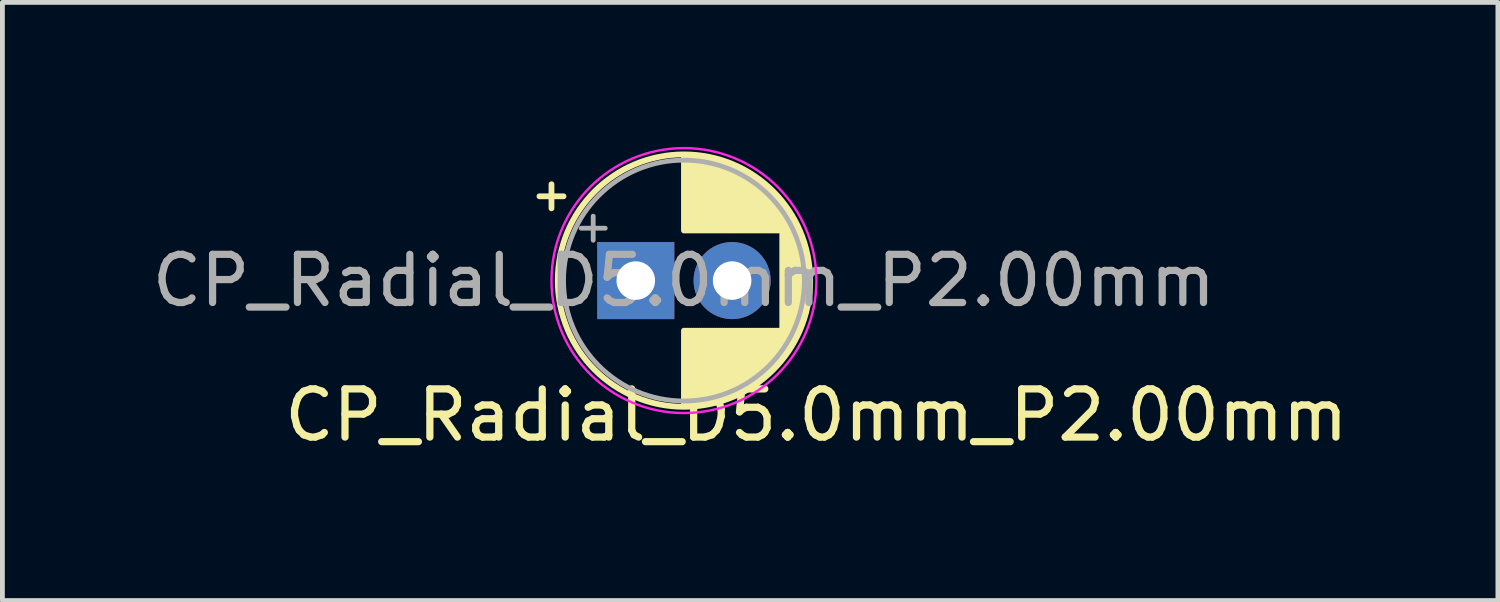
<source format=kicad_pcb>
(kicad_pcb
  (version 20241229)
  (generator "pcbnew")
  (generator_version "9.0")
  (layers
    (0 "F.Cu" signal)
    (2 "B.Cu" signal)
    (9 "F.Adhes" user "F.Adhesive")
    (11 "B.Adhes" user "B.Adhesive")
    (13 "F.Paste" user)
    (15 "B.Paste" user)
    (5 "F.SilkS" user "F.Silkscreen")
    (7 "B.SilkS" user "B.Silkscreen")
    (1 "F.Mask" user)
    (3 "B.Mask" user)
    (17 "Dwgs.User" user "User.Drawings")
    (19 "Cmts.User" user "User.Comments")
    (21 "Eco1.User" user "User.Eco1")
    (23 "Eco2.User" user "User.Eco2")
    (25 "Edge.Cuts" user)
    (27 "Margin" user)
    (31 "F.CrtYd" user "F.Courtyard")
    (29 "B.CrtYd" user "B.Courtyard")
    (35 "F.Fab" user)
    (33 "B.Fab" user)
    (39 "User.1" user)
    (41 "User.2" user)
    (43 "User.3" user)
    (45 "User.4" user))
  (footprint "CP_Radial_D5.0mm_P2.00mm"
    (layer "F.Cu")
    (at 10.149 2.775)
    (property "Reference" "CP_Radial_D5.0mm_P2.00mm" (at 3.749 2.794 180) (layer "F.SilkS") (effects (font (size 1 1) (thickness 0.15))))
    (attr through_hole)
    (fp_line (start -2 -1.75) (end -1.5 -1.75) (stroke (width 0.12) (type solid)) (layer "F.SilkS"))
    (fp_line (start -1.75 -2) (end -1.75 -1.5) (stroke (width 0.12) (type solid)) (layer "F.SilkS"))
    (fp_line (start 1 -2.58) (end 1 -1.04) (stroke (width 0.12) (type solid)) (layer "F.SilkS"))
    (fp_line (start 1 1.04) (end 1 2.58) (stroke (width 0.12) (type solid)) (layer "F.SilkS"))
    (fp_line (start 1.04 -2.58) (end 1.04 -1.04) (stroke (width 0.12) (type solid)) (layer "F.SilkS"))
    (fp_line (start 1.04 1.04) (end 1.04 2.58) (stroke (width 0.12) (type solid)) (layer "F.SilkS"))
    (fp_line (start 1.08 -2.579) (end 1.08 -1.04) (stroke (width 0.12) (type solid)) (layer "F.SilkS"))
    (fp_line (start 1.08 1.04) (end 1.08 2.579) (stroke (width 0.12) (type solid)) (layer "F.SilkS"))
    (fp_line (start 1.12 -2.578) (end 1.12 -1.04) (stroke (width 0.12) (type solid)) (layer "F.SilkS"))
    (fp_line (start 1.12 1.04) (end 1.12 2.578) (stroke (width 0.12) (type solid)) (layer "F.SilkS"))
    (fp_line (start 1.16 -2.576) (end 1.16 -1.04) (stroke (width 0.12) (type solid)) (layer "F.SilkS"))
    (fp_line (start 1.16 1.04) (end 1.16 2.576) (stroke (width 0.12) (type solid)) (layer "F.SilkS"))
    (fp_line (start 1.2 -2.573) (end 1.2 -1.04) (stroke (width 0.12) (type solid)) (layer "F.SilkS"))
    (fp_line (start 1.2 1.04) (end 1.2 2.573) (stroke (width 0.12) (type solid)) (layer "F.SilkS"))
    (fp_line (start 1.24 -2.569) (end 1.24 -1.04) (stroke (width 0.12) (type solid)) (layer "F.SilkS"))
    (fp_line (start 1.24 1.04) (end 1.24 2.569) (stroke (width 0.12) (type solid)) (layer "F.SilkS"))
    (fp_line (start 1.28 -2.565) (end 1.28 -1.04) (stroke (width 0.12) (type solid)) (layer "F.SilkS"))
    (fp_line (start 1.28 1.04) (end 1.28 2.565) (stroke (width 0.12) (type solid)) (layer "F.SilkS"))
    (fp_line (start 1.32 -2.561) (end 1.32 -1.04) (stroke (width 0.12) (type solid)) (layer "F.SilkS"))
    (fp_line (start 1.32 1.04) (end 1.32 2.561) (stroke (width 0.12) (type solid)) (layer "F.SilkS"))
    (fp_line (start 1.36 -2.556) (end 1.36 -1.04) (stroke (width 0.12) (type solid)) (layer "F.SilkS"))
    (fp_line (start 1.36 1.04) (end 1.36 2.556) (stroke (width 0.12) (type solid)) (layer "F.SilkS"))
    (fp_line (start 1.4 -2.55) (end 1.4 -1.04) (stroke (width 0.12) (type solid)) (layer "F.SilkS"))
    (fp_line (start 1.4 1.04) (end 1.4 2.55) (stroke (width 0.12) (type solid)) (layer "F.SilkS"))
    (fp_line (start 1.44 -2.543) (end 1.44 -1.04) (stroke (width 0.12) (type solid)) (layer "F.SilkS"))
    (fp_line (start 1.44 1.04) (end 1.44 2.543) (stroke (width 0.12) (type solid)) (layer "F.SilkS"))
    (fp_line (start 1.48 -2.536) (end 1.48 -1.04) (stroke (width 0.12) (type solid)) (layer "F.SilkS"))
    (fp_line (start 1.48 1.04) (end 1.48 2.536) (stroke (width 0.12) (type solid)) (layer "F.SilkS"))
    (fp_line (start 1.52 -2.528) (end 1.52 -1.04) (stroke (width 0.12) (type solid)) (layer "F.SilkS"))
    (fp_line (start 1.52 1.04) (end 1.52 2.528) (stroke (width 0.12) (type solid)) (layer "F.SilkS"))
    (fp_line (start 1.56 -2.52) (end 1.56 -1.04) (stroke (width 0.12) (type solid)) (layer "F.SilkS"))
    (fp_line (start 1.56 1.04) (end 1.56 2.52) (stroke (width 0.12) (type solid)) (layer "F.SilkS"))
    (fp_line (start 1.6 -2.511) (end 1.6 -1.04) (stroke (width 0.12) (type solid)) (layer "F.SilkS"))
    (fp_line (start 1.6 1.04) (end 1.6 2.511) (stroke (width 0.12) (type solid)) (layer "F.SilkS"))
    (fp_line (start 1.64 -2.501) (end 1.64 -1.04) (stroke (width 0.12) (type solid)) (layer "F.SilkS"))
    (fp_line (start 1.64 1.04) (end 1.64 2.501) (stroke (width 0.12) (type solid)) (layer "F.SilkS"))
    (fp_line (start 1.68 -2.491) (end 1.68 -1.04) (stroke (width 0.12) (type solid)) (layer "F.SilkS"))
    (fp_line (start 1.68 1.04) (end 1.68 2.491) (stroke (width 0.12) (type solid)) (layer "F.SilkS"))
    (fp_line (start 1.721 -2.48) (end 1.721 -1.04) (stroke (width 0.12) (type solid)) (layer "F.SilkS"))
    (fp_line (start 1.721 1.04) (end 1.721 2.48) (stroke (width 0.12) (type solid)) (layer "F.SilkS"))
    (fp_line (start 1.761 -2.468) (end 1.761 -1.04) (stroke (width 0.12) (type solid)) (layer "F.SilkS"))
    (fp_line (start 1.761 1.04) (end 1.761 2.468) (stroke (width 0.12) (type solid)) (layer "F.SilkS"))
    (fp_line (start 1.801 -2.455) (end 1.801 -1.04) (stroke (width 0.12) (type solid)) (layer "F.SilkS"))
    (fp_line (start 1.801 1.04) (end 1.801 2.455) (stroke (width 0.12) (type solid)) (layer "F.SilkS"))
    (fp_line (start 1.841 -2.442) (end 1.841 -1.04) (stroke (width 0.12) (type solid)) (layer "F.SilkS"))
    (fp_line (start 1.841 1.04) (end 1.841 2.442) (stroke (width 0.12) (type solid)) (layer "F.SilkS"))
    (fp_line (start 1.881 -2.428) (end 1.881 -1.04) (stroke (width 0.12) (type solid)) (layer "F.SilkS"))
    (fp_line (start 1.881 1.04) (end 1.881 2.428) (stroke (width 0.12) (type solid)) (layer "F.SilkS"))
    (fp_line (start 1.921 -2.414) (end 1.921 -1.04) (stroke (width 0.12) (type solid)) (layer "F.SilkS"))
    (fp_line (start 1.921 1.04) (end 1.921 2.414) (stroke (width 0.12) (type solid)) (layer "F.SilkS"))
    (fp_line (start 1.961 -2.398) (end 1.961 -1.04) (stroke (width 0.12) (type solid)) (layer "F.SilkS"))
    (fp_line (start 1.961 1.04) (end 1.961 2.398) (stroke (width 0.12) (type solid)) (layer "F.SilkS"))
    (fp_line (start 2.001 -2.382) (end 2.001 -1.04) (stroke (width 0.12) (type solid)) (layer "F.SilkS"))
    (fp_line (start 2.001 1.04) (end 2.001 2.382) (stroke (width 0.12) (type solid)) (layer "F.SilkS"))
    (fp_line (start 2.041 -2.365) (end 2.041 -1.04) (stroke (width 0.12) (type solid)) (layer "F.SilkS"))
    (fp_line (start 2.041 1.04) (end 2.041 2.365) (stroke (width 0.12) (type solid)) (layer "F.SilkS"))
    (fp_line (start 2.081 -2.348) (end 2.081 -1.04) (stroke (width 0.12) (type solid)) (layer "F.SilkS"))
    (fp_line (start 2.081 1.04) (end 2.081 2.348) (stroke (width 0.12) (type solid)) (layer "F.SilkS"))
    (fp_line (start 2.121 -2.329) (end 2.121 -1.04) (stroke (width 0.12) (type solid)) (layer "F.SilkS"))
    (fp_line (start 2.121 1.04) (end 2.121 2.329) (stroke (width 0.12) (type solid)) (layer "F.SilkS"))
    (fp_line (start 2.161 -2.31) (end 2.161 -1.04) (stroke (width 0.12) (type solid)) (layer "F.SilkS"))
    (fp_line (start 2.161 1.04) (end 2.161 2.31) (stroke (width 0.12) (type solid)) (layer "F.SilkS"))
    (fp_line (start 2.201 -2.29) (end 2.201 -1.04) (stroke (width 0.12) (type solid)) (layer "F.SilkS"))
    (fp_line (start 2.201 1.04) (end 2.201 2.29) (stroke (width 0.12) (type solid)) (layer "F.SilkS"))
    (fp_line (start 2.241 -2.268) (end 2.241 -1.04) (stroke (width 0.12) (type solid)) (layer "F.SilkS"))
    (fp_line (start 2.241 1.04) (end 2.241 2.268) (stroke (width 0.12) (type solid)) (layer "F.SilkS"))
    (fp_line (start 2.281 -2.247) (end 2.281 -1.04) (stroke (width 0.12) (type solid)) (layer "F.SilkS"))
    (fp_line (start 2.281 1.04) (end 2.281 2.247) (stroke (width 0.12) (type solid)) (layer "F.SilkS"))
    (fp_line (start 2.321 -2.224) (end 2.321 -1.04) (stroke (width 0.12) (type solid)) (layer "F.SilkS"))
    (fp_line (start 2.321 1.04) (end 2.321 2.224) (stroke (width 0.12) (type solid)) (layer "F.SilkS"))
    (fp_line (start 2.361 -2.2) (end 2.361 -1.04) (stroke (width 0.12) (type solid)) (layer "F.SilkS"))
    (fp_line (start 2.361 1.04) (end 2.361 2.2) (stroke (width 0.12) (type solid)) (layer "F.SilkS"))
    (fp_line (start 2.401 -2.175) (end 2.401 -1.04) (stroke (width 0.12) (type solid)) (layer "F.SilkS"))
    (fp_line (start 2.401 1.04) (end 2.401 2.175) (stroke (width 0.12) (type solid)) (layer "F.SilkS"))
    (fp_line (start 2.441 -2.149) (end 2.441 -1.04) (stroke (width 0.12) (type solid)) (layer "F.SilkS"))
    (fp_line (start 2.441 1.04) (end 2.441 2.149) (stroke (width 0.12) (type solid)) (layer "F.SilkS"))
    (fp_line (start 2.481 -2.122) (end 2.481 -1.04) (stroke (width 0.12) (type solid)) (layer "F.SilkS"))
    (fp_line (start 2.481 1.04) (end 2.481 2.122) (stroke (width 0.12) (type solid)) (layer "F.SilkS"))
    (fp_line (start 2.521 -2.095) (end 2.521 -1.04) (stroke (width 0.12) (type solid)) (layer "F.SilkS"))
    (fp_line (start 2.521 1.04) (end 2.521 2.095) (stroke (width 0.12) (type solid)) (layer "F.SilkS"))
    (fp_line (start 2.561 -2.065) (end 2.561 -1.04) (stroke (width 0.12) (type solid)) (layer "F.SilkS"))
    (fp_line (start 2.561 1.04) (end 2.561 2.065) (stroke (width 0.12) (type solid)) (layer "F.SilkS"))
    (fp_line (start 2.601 -2.035) (end 2.601 -1.04) (stroke (width 0.12) (type solid)) (layer "F.SilkS"))
    (fp_line (start 2.601 1.04) (end 2.601 2.035) (stroke (width 0.12) (type solid)) (layer "F.SilkS"))
    (fp_line (start 2.641 -2.004) (end 2.641 -1.04) (stroke (width 0.12) (type solid)) (layer "F.SilkS"))
    (fp_line (start 2.641 1.04) (end 2.641 2.004) (stroke (width 0.12) (type solid)) (layer "F.SilkS"))
    (fp_line (start 2.681 -1.971) (end 2.681 -1.04) (stroke (width 0.12) (type solid)) (layer "F.SilkS"))
    (fp_line (start 2.681 1.04) (end 2.681 1.971) (stroke (width 0.12) (type solid)) (layer "F.SilkS"))
    (fp_line (start 2.721 -1.937) (end 2.721 -1.04) (stroke (width 0.12) (type solid)) (layer "F.SilkS"))
    (fp_line (start 2.721 1.04) (end 2.721 1.937) (stroke (width 0.12) (type solid)) (layer "F.SilkS"))
    (fp_line (start 2.761 -1.901) (end 2.761 -1.04) (stroke (width 0.12) (type solid)) (layer "F.SilkS"))
    (fp_line (start 2.761 1.04) (end 2.761 1.901) (stroke (width 0.12) (type solid)) (layer "F.SilkS"))
    (fp_line (start 2.801 -1.864) (end 2.801 -1.04) (stroke (width 0.12) (type solid)) (layer "F.SilkS"))
    (fp_line (start 2.801 1.04) (end 2.801 1.864) (stroke (width 0.12) (type solid)) (layer "F.SilkS"))
    (fp_line (start 2.841 -1.826) (end 2.841 -1.04) (stroke (width 0.12) (type solid)) (layer "F.SilkS"))
    (fp_line (start 2.841 1.04) (end 2.841 1.826) (stroke (width 0.12) (type solid)) (layer "F.SilkS"))
    (fp_line (start 2.881 -1.785) (end 2.881 -1.04) (stroke (width 0.12) (type solid)) (layer "F.SilkS"))
    (fp_line (start 2.881 1.04) (end 2.881 1.785) (stroke (width 0.12) (type solid)) (layer "F.SilkS"))
    (fp_line (start 2.921 -1.743) (end 2.921 -1.04) (stroke (width 0.12) (type solid)) (layer "F.SilkS"))
    (fp_line (start 2.921 1.04) (end 2.921 1.743) (stroke (width 0.12) (type solid)) (layer "F.SilkS"))
    (fp_line (start 2.961 -1.699) (end 2.961 -1.04) (stroke (width 0.12) (type solid)) (layer "F.SilkS"))
    (fp_line (start 2.961 1.04) (end 2.961 1.699) (stroke (width 0.12) (type solid)) (layer "F.SilkS"))
    (fp_line (start 3.001 -1.653) (end 3.001 -1.04) (stroke (width 0.12) (type solid)) (layer "F.SilkS"))
    (fp_line (start 3.001 1.04) (end 3.001 1.653) (stroke (width 0.12) (type solid)) (layer "F.SilkS"))
    (fp_line (start 3.041 -1.605) (end 3.041 1.605) (stroke (width 0.12) (type solid)) (layer "F.SilkS"))
    (fp_line (start 3.081 -1.554) (end 3.081 1.554) (stroke (width 0.12) (type solid)) (layer "F.SilkS"))
    (fp_line (start 3.121 -1.5) (end 3.121 1.5) (stroke (width 0.12) (type solid)) (layer "F.SilkS"))
    (fp_line (start 3.161 -1.443) (end 3.161 1.443) (stroke (width 0.12) (type solid)) (layer "F.SilkS"))
    (fp_line (start 3.201 -1.383) (end 3.201 1.383) (stroke (width 0.12) (type solid)) (layer "F.SilkS"))
    (fp_line (start 3.241 -1.319) (end 3.241 1.319) (stroke (width 0.12) (type solid)) (layer "F.SilkS"))
    (fp_line (start 3.281 -1.251) (end 3.281 1.251) (stroke (width 0.12) (type solid)) (layer "F.SilkS"))
    (fp_line (start 3.321 -1.178) (end 3.321 1.178) (stroke (width 0.12) (type solid)) (layer "F.SilkS"))
    (fp_line (start 3.361 -1.098) (end 3.361 1.098) (stroke (width 0.12) (type solid)) (layer "F.SilkS"))
    (fp_line (start 3.401 -1.011) (end 3.401 1.011) (stroke (width 0.12) (type solid)) (layer "F.SilkS"))
    (fp_line (start 3.441 -0.915) (end 3.441 0.915) (stroke (width 0.12) (type solid)) (layer "F.SilkS"))
    (fp_line (start 3.481 -0.805) (end 3.481 0.805) (stroke (width 0.12) (type solid)) (layer "F.SilkS"))
    (fp_line (start 3.521 -0.677) (end 3.521 0.677) (stroke (width 0.12) (type solid)) (layer "F.SilkS"))
    (fp_line (start 3.561 -0.518) (end 3.561 0.518) (stroke (width 0.12) (type solid)) (layer "F.SilkS"))
    (fp_line (start 3.601 -0.284) (end 3.601 0.284) (stroke (width 0.12) (type solid)) (layer "F.SilkS"))
    (fp_circle (center 1 0) (end 3.62 0) (stroke (width 0.12) (type solid)) (fill no) (layer "F.SilkS"))
    (fp_circle (center 1 0) (end 3.75 0) (stroke (width 0.05) (type solid)) (fill no) (layer "F.CrtYd"))
    (fp_line (start -1.134 -1.087) (end -0.634 -1.087) (stroke (width 0.1) (type solid)) (layer "F.Fab"))
    (fp_line (start -0.884 -1.337) (end -0.884 -0.838) (stroke (width 0.1) (type solid)) (layer "F.Fab"))
    (fp_circle (center 1 0) (end 3.5 0) (stroke (width 0.1) (type solid)) (fill no) (layer "F.Fab"))
    (fp_text user "${REFERENCE}" (at 1 0 180) (layer "F.Fab") (effects (font (size 1 1) (thickness 0.15))))
    (pad "1" thru_hole rect (at 0 0) (size 1.6 1.6) (drill 0.8) (layers "*.Cu" "*.Mask"))
    (pad "2" thru_hole circle (at 2 0) (size 1.6 1.6) (drill 0.8) (layers "*.Cu" "*.Mask")))
  (gr_rect
    (start -3 -3)
    (end 28.047 9.417)
    (stroke (width 0.1) (type default))
    (fill no)
    (layer "Edge.Cuts")))
</source>
